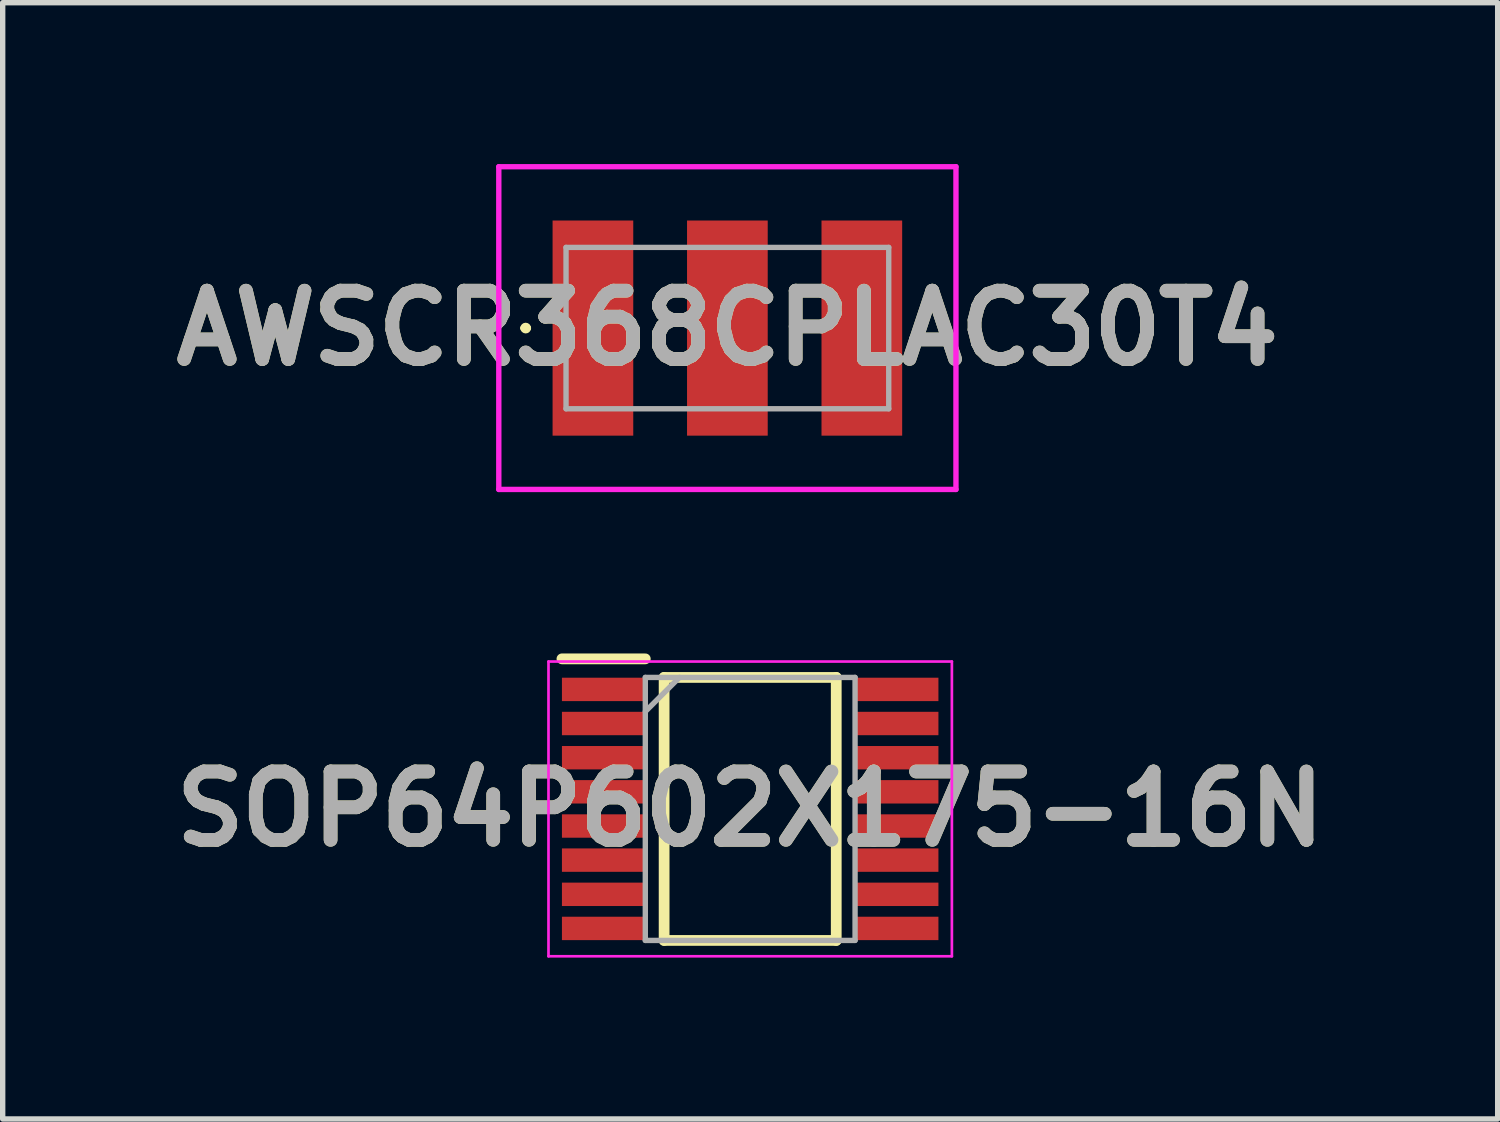
<source format=kicad_pcb>
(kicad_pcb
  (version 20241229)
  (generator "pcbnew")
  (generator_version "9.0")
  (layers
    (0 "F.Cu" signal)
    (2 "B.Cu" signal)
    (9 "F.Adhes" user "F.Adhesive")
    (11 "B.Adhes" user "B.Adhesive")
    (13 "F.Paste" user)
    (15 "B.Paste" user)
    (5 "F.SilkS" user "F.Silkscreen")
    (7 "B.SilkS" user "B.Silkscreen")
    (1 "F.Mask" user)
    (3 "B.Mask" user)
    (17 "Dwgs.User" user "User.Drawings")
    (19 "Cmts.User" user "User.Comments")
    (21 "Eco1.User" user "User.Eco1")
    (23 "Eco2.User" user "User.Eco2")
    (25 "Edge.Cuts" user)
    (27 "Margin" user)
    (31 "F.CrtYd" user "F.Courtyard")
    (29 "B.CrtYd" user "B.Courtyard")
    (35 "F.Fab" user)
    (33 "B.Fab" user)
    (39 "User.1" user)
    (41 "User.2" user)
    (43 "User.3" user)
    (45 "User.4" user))
  (footprint "AWSCR368CPLAC30T4"
    (layer "F.Cu")
    (at 10.474 3.05)
    (property "Reference" "AWSCR368CPLAC30T4" (at 0 0 0) (layer "F.SilkS") (effects (font (size 1.27 1.27) (thickness 0.254))))
    (attr smd)
    (fp_line (start -3.8 0) (end -3.8 0) (stroke (width 0.1) (type solid)) (layer "F.SilkS"))
    (fp_line (start -3.7 0) (end -3.7 0) (stroke (width 0.1) (type solid)) (layer "F.SilkS"))
    (fp_arc (start -3.8 0) (mid -3.75 -0.05) (end -3.7 0) (stroke (width 0.1) (type solid)) (layer "F.SilkS"))
    (fp_arc (start -3.7 0) (mid -3.75 0.05) (end -3.8 0) (stroke (width 0.1) (type solid)) (layer "F.SilkS"))
    (fp_line (start -4.25 -3) (end 4.25 -3) (stroke (width 0.1) (type solid)) (layer "F.CrtYd"))
    (fp_line (start -4.25 3) (end -4.25 -3) (stroke (width 0.1) (type solid)) (layer "F.CrtYd"))
    (fp_line (start 4.25 -3) (end 4.25 3) (stroke (width 0.1) (type solid)) (layer "F.CrtYd"))
    (fp_line (start 4.25 3) (end -4.25 3) (stroke (width 0.1) (type solid)) (layer "F.CrtYd"))
    (fp_line (start -3 -1.5) (end 3 -1.5) (stroke (width 0.1) (type solid)) (layer "F.Fab"))
    (fp_line (start -3 1.5) (end -3 -1.5) (stroke (width 0.1) (type solid)) (layer "F.Fab"))
    (fp_line (start 3 -1.5) (end 3 1.5) (stroke (width 0.1) (type solid)) (layer "F.Fab"))
    (fp_line (start 3 1.5) (end -3 1.5) (stroke (width 0.1) (type solid)) (layer "F.Fab"))
    (fp_text user "${REFERENCE}" (at 0 0 0) (layer "F.Fab") (effects (font (size 1.27 1.27) (thickness 0.254))))
    (pad "1" smd rect (at -2.5 0) (size 1.5 4) (layers "F.Cu" "F.Mask" "F.Paste"))
    (pad "2" smd rect (at 0 0) (size 1.5 4) (layers "F.Cu" "F.Mask" "F.Paste"))
    (pad "3" smd rect (at 2.5 0) (size 1.5 4) (layers "F.Cu" "F.Mask" "F.Paste")))
  (footprint "SOP64P602X175-16N"
    (layer "F.Cu")
    (at 10.898 11.99)
    (property "Reference" "SOP64P602X175-16N" (at 0 0 0) (layer "F.SilkS") (effects (font (size 1.27 1.27) (thickness 0.254))))
    (attr smd)
    (fp_line (start -3.5 -2.79) (end -1.95 -2.79) (stroke (width 0.2) (type solid)) (layer "F.SilkS"))
    (fp_line (start -1.6 -2.445) (end 1.6 -2.445) (stroke (width 0.2) (type solid)) (layer "F.SilkS"))
    (fp_line (start -1.6 2.445) (end -1.6 -2.445) (stroke (width 0.2) (type solid)) (layer "F.SilkS"))
    (fp_line (start 1.6 -2.445) (end 1.6 2.445) (stroke (width 0.2) (type solid)) (layer "F.SilkS"))
    (fp_line (start 1.6 2.445) (end -1.6 2.445) (stroke (width 0.2) (type solid)) (layer "F.SilkS"))
    (fp_line (start -3.75 -2.74) (end 3.75 -2.74) (stroke (width 0.05) (type solid)) (layer "F.CrtYd"))
    (fp_line (start -3.75 2.74) (end -3.75 -2.74) (stroke (width 0.05) (type solid)) (layer "F.CrtYd"))
    (fp_line (start 3.75 -2.74) (end 3.75 2.74) (stroke (width 0.05) (type solid)) (layer "F.CrtYd"))
    (fp_line (start 3.75 2.74) (end -3.75 2.74) (stroke (width 0.05) (type solid)) (layer "F.CrtYd"))
    (fp_line (start -1.95 -2.445) (end 1.95 -2.445) (stroke (width 0.1) (type solid)) (layer "F.Fab"))
    (fp_line (start -1.95 -1.81) (end -1.315 -2.445) (stroke (width 0.1) (type solid)) (layer "F.Fab"))
    (fp_line (start -1.95 2.445) (end -1.95 -2.445) (stroke (width 0.1) (type solid)) (layer "F.Fab"))
    (fp_line (start 1.95 -2.445) (end 1.95 2.445) (stroke (width 0.1) (type solid)) (layer "F.Fab"))
    (fp_line (start 1.95 2.445) (end -1.95 2.445) (stroke (width 0.1) (type solid)) (layer "F.Fab"))
    (fp_text user "${REFERENCE}" (at 0 0 0) (layer "F.Fab") (effects (font (size 1.27 1.27) (thickness 0.254))))
    (pad "1" smd rect (at -2.725 -2.222 90) (size 0.435 1.55) (layers "F.Cu" "F.Mask" "F.Paste"))
    (pad "2" smd rect (at -2.725 -1.588 90) (size 0.435 1.55) (layers "F.Cu" "F.Mask" "F.Paste"))
    (pad "3" smd rect (at -2.725 -0.952 90) (size 0.435 1.55) (layers "F.Cu" "F.Mask" "F.Paste"))
    (pad "4" smd rect (at -2.725 -0.318 90) (size 0.435 1.55) (layers "F.Cu" "F.Mask" "F.Paste"))
    (pad "5" smd rect (at -2.725 0.318 90) (size 0.435 1.55) (layers "F.Cu" "F.Mask" "F.Paste"))
    (pad "6" smd rect (at -2.725 0.952 90) (size 0.435 1.55) (layers "F.Cu" "F.Mask" "F.Paste"))
    (pad "7" smd rect (at -2.725 1.588 90) (size 0.435 1.55) (layers "F.Cu" "F.Mask" "F.Paste"))
    (pad "8" smd rect (at -2.725 2.222 90) (size 0.435 1.55) (layers "F.Cu" "F.Mask" "F.Paste"))
    (pad "9" smd rect (at 2.725 2.222 90) (size 0.435 1.55) (layers "F.Cu" "F.Mask" "F.Paste"))
    (pad "10" smd rect (at 2.725 1.588 90) (size 0.435 1.55) (layers "F.Cu" "F.Mask" "F.Paste"))
    (pad "11" smd rect (at 2.725 0.952 90) (size 0.435 1.55) (layers "F.Cu" "F.Mask" "F.Paste"))
    (pad "12" smd rect (at 2.725 0.318 90) (size 0.435 1.55) (layers "F.Cu" "F.Mask" "F.Paste"))
    (pad "13" smd rect (at 2.725 -0.318 90) (size 0.435 1.55) (layers "F.Cu" "F.Mask" "F.Paste"))
    (pad "14" smd rect (at 2.725 -0.952 90) (size 0.435 1.55) (layers "F.Cu" "F.Mask" "F.Paste"))
    (pad "15" smd rect (at 2.725 -1.588 90) (size 0.435 1.55) (layers "F.Cu" "F.Mask" "F.Paste"))
    (pad "16" smd rect (at 2.725 -2.222 90) (size 0.435 1.55) (layers "F.Cu" "F.Mask" "F.Paste")))
  (gr_rect
    (start -3 -3)
    (end 24.796 17.755)
    (stroke (width 0.1) (type default))
    (fill no)
    (layer "Edge.Cuts")))
</source>
